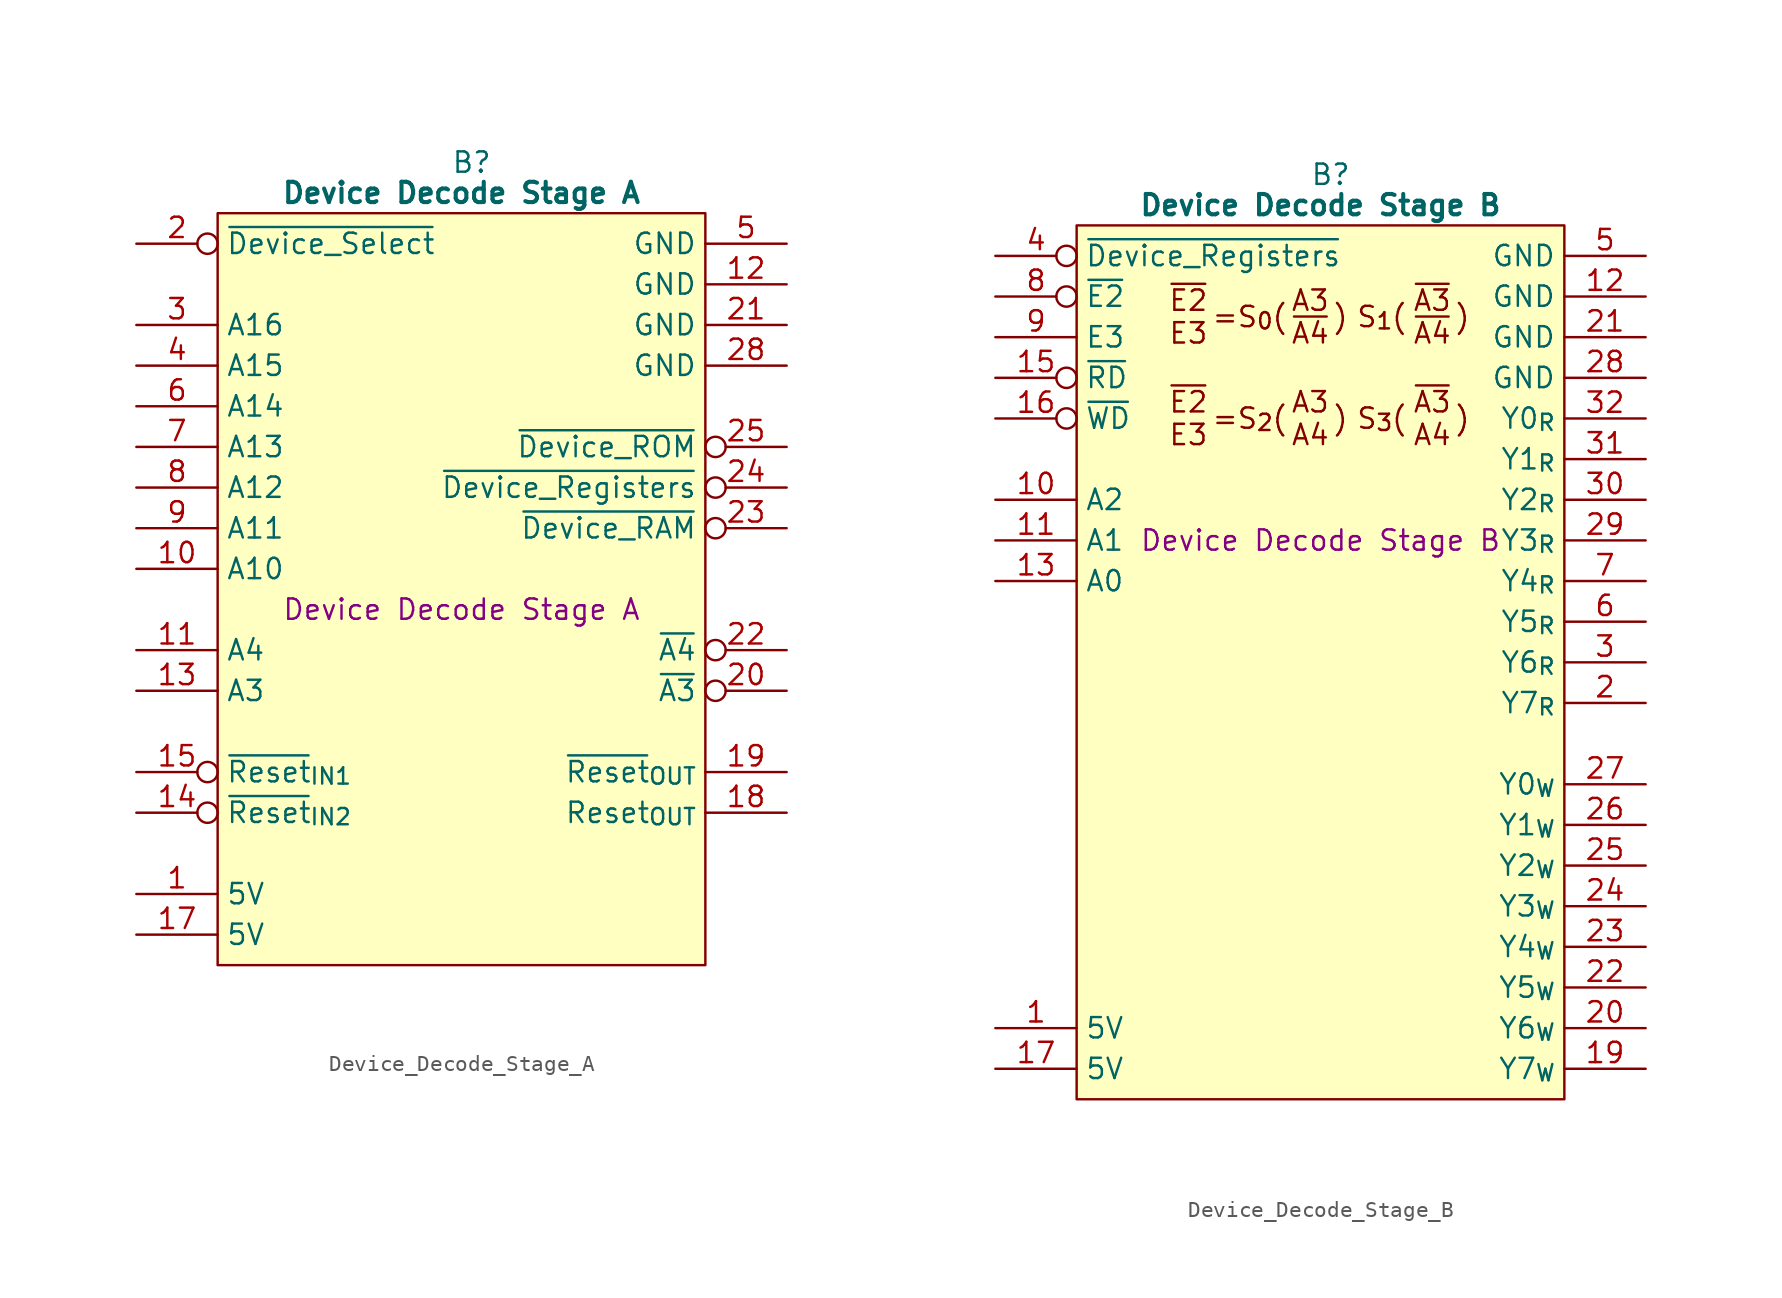
<source format=kicad_sym>
(kicad_symbol_lib
  (version 20241209)
  (generator "kicad_symbol_editor")
  (generator_version "9.0")
  (symbol "Device_Decode_Stage_A"
    (property "Reference" "B"
      (at 15.875 5.08 0)
      (effects (font (size 1.27 1.27))))
    (property "Value" "Device Decode Stage A"
      (at 15.24 3.175 0)
      (effects (font (size 1.27 1.27) (bold yes))))
    (property "Description" "Device Decode Stage A"
      (at 15.24 -22.86 0)
      (effects (font (size 1.27 1.27))))
    (symbol "Device_Decode_Stage_A_0_1"
      (polyline (pts (xy 0 1.905) (xy 30.48 1.905) (xy 30.48 -45.085) (xy 0 -45.085) (xy 0 1.905)) (stroke (width 0.152) (type default)) (fill (type background))))
    (symbol "Device_Decode_Stage_A_1_0"
      (pin passive line (at 35.56 -7.62 180) (length 5.08) (name "GND" (effects (font (size 1.27 1.27)))) (number "28" (effects (font (size 1.27 1.27)))))
      (pin output inverted (at 35.56 -27.94 180) (length 5.08) (name "~{A3}" (effects (font (size 1.27 1.27)))) (number "20" (effects (font (size 1.27 1.27)))))
      (pin output line (at 35.56 -33.02 180) (length 5.08) (name "~{Reset}_{OUT}" (effects (font (size 1.27 1.27)))) (number "19" (effects (font (size 1.27 1.27)))))
      (pin output line (at 35.56 -35.56 180) (length 5.08) (name "Reset_{OUT}" (effects (font (size 1.27 1.27)))) (number "18" (effects (font (size 1.27 1.27))))))
    (symbol "Device_Decode_Stage_A_1_1"
      (pin input inverted (at -5.08 0 0) (length 5.08) (name "~{Device_Select}" (effects (font (size 1.27 1.27)))) (number "2" (effects (font (size 1.27 1.27)))))
      (pin input line (at -5.08 -5.08 0) (length 5.08) (name "A16" (effects (font (size 1.27 1.27)))) (number "3" (effects (font (size 1.27 1.27)))))
      (pin input line (at -5.08 -7.62 0) (length 5.08) (name "A15" (effects (font (size 1.27 1.27)))) (number "4" (effects (font (size 1.27 1.27)))))
      (pin input line (at -5.08 -10.16 0) (length 5.08) (name "A14" (effects (font (size 1.27 1.27)))) (number "6" (effects (font (size 1.27 1.27)))))
      (pin input line (at -5.08 -12.7 0) (length 5.08) (name "A13" (effects (font (size 1.27 1.27)))) (number "7" (effects (font (size 1.27 1.27)))))
      (pin input line (at -5.08 -15.24 0) (length 5.08) (name "A12" (effects (font (size 1.27 1.27)))) (number "8" (effects (font (size 1.27 1.27)))))
      (pin input line (at -5.08 -17.78 0) (length 5.08) (name "A11" (effects (font (size 1.27 1.27)))) (number "9" (effects (font (size 1.27 1.27)))))
      (pin input line (at -5.08 -20.32 0) (length 5.08) (name "A10" (effects (font (size 1.27 1.27)))) (number "10" (effects (font (size 1.27 1.27)))))
      (pin input line (at -5.08 -25.4 0) (length 5.08) (name "A4" (effects (font (size 1.27 1.27)))) (number "11" (effects (font (size 1.27 1.27)))))
      (pin input line (at -5.08 -27.94 0) (length 5.08) (name "A3" (effects (font (size 1.27 1.27)))) (number "13" (effects (font (size 1.27 1.27)))))
      (pin no_connect inverted (at -5.08 -30.48 0) (length 5.08) (hide yes) (name "N.C." (effects (font (size 1.27 1.27)))) (number "26" (effects (font (size 1.27 1.27)))))
      (pin input inverted (at -5.08 -33.02 0) (length 5.08) (name "~{Reset}_{IN1}" (effects (font (size 1.27 1.27)))) (number "15" (effects (font (size 1.27 1.27)))))
      (pin input inverted (at -5.08 -35.56 0) (length 5.08) (name "~{Reset}_{IN2}" (effects (font (size 1.27 1.27)))) (number "14" (effects (font (size 1.27 1.27)))))
      (pin passive line (at -5.08 -40.64 0) (length 5.08) (name "5V" (effects (font (size 1.27 1.27)))) (number "1" (effects (font (size 1.27 1.27)))))
      (pin passive line (at -5.08 -43.18 0) (length 5.08) (name "5V" (effects (font (size 1.27 1.27)))) (number "17" (effects (font (size 1.27 1.27)))))
      (pin passive line (at 35.56 0 180) (length 5.08) (name "GND" (effects (font (size 1.27 1.27)))) (number "5" (effects (font (size 1.27 1.27)))))
      (pin passive line (at 35.56 -2.54 180) (length 5.08) (name "GND" (effects (font (size 1.27 1.27)))) (number "12" (effects (font (size 1.27 1.27)))))
      (pin passive line (at 35.56 -5.08 180) (length 5.08) (name "GND" (effects (font (size 1.27 1.27)))) (number "21" (effects (font (size 1.27 1.27)))))
      (pin no_connect inverted (at 35.56 -10.16 180) (length 5.08) (hide yes) (name "N.C." (effects (font (size 1.27 1.27)))) (number "16" (effects (font (size 1.27 1.27)))))
      (pin output inverted (at 35.56 -12.7 180) (length 5.08) (name "~{Device_ROM}" (effects (font (size 1.27 1.27)))) (number "25" (effects (font (size 1.27 1.27)))))
      (pin output inverted (at 35.56 -15.24 180) (length 5.08) (name "~{Device_Registers}" (effects (font (size 1.27 1.27)))) (number "24" (effects (font (size 1.27 1.27)))))
      (pin output inverted (at 35.56 -17.78 180) (length 5.08) (name "~{Device_RAM}" (effects (font (size 1.27 1.27)))) (number "23" (effects (font (size 1.27 1.27)))))
      (pin no_connect inverted (at 35.56 -20.32 180) (length 5.08) (hide yes) (name "N.C." (effects (font (size 1.27 1.27)))) (number "29" (effects (font (size 1.27 1.27)))))
      (pin output inverted (at 35.56 -25.4 180) (length 5.08) (name "~{A4}" (effects (font (size 1.27 1.27)))) (number "22" (effects (font (size 1.27 1.27)))))
      (pin no_connect inverted (at 35.56 -30.48 180) (length 5.08) (hide yes) (name "N.C." (effects (font (size 1.27 1.27)))) (number "27" (effects (font (size 1.27 1.27)))))
      (pin no_connect inverted (at 35.56 -38.1 180) (length 5.08) (hide yes) (name "N.C." (effects (font (size 1.27 1.27)))) (number "31" (effects (font (size 1.27 1.27)))))
      (pin no_connect inverted (at 35.56 -40.64 180) (length 5.08) (hide yes) (name "N.C." (effects (font (size 1.27 1.27)))) (number "30" (effects (font (size 1.27 1.27)))))
      (pin no_connect inverted (at 35.56 -43.18 180) (length 5.08) (hide yes) (name "N.C." (effects (font (size 1.27 1.27)))) (number "32" (effects (font (size 1.27 1.27)))))))
  (symbol "Device_Decode_Stage_B"
    (property "Reference" "B"
      (at 15.875 5.08 0)
      (effects (font (size 1.27 1.27))))
    (property "Value" "Device Decode Stage B"
      (at 15.24 3.175 0)
      (effects (font (size 1.27 1.27) (bold yes))))
    (property "Description" "Device Decode Stage B"
      (at 15.24 -17.78 0)
      (effects (font (size 1.27 1.27))))
    (symbol "Device_Decode_Stage_B_0_1"
      (polyline (pts (xy 0 1.905) (xy 30.48 1.905) (xy 30.48 -52.705) (xy 0 -52.705) (xy 0 1.905)) (stroke (width 0.152) (type default)) (fill (type background))))
    (symbol "Device_Decode_Stage_B_1_1"
      (text "~{E2}\nE3" (at 6.985 -3.81 0) (effects (font (size 1.27 1.27))))
      (text "~{E2}\nE3" (at 6.985 -10.16 0) (effects (font (size 1.27 1.27))))
      (text "=S_{0}(" (at 10.795 -3.81 0) (effects (font (size 1.27 1.27))))
      (text "=S_{2}(" (at 10.795 -10.16 0) (effects (font (size 1.27 1.27))))
      (text "A3\n~{A4}" (at 14.605 -3.81 0) (effects (font (size 1.27 1.27))))
      (text "A3\nA4" (at 14.605 -10.16 0) (effects (font (size 1.27 1.27))))
      (text ")" (at 16.51 -3.81 0) (effects (font (size 1.27 1.27))))
      (text ")" (at 16.51 -10.16 0) (effects (font (size 1.27 1.27))))
      (text "S_{1}(" (at 19.05 -3.81 0) (effects (font (size 1.27 1.27))))
      (text "S_{3}(" (at 19.05 -10.16 0) (effects (font (size 1.27 1.27))))
      (text "~{A3}\n~{A4}" (at 22.225 -3.81 0) (effects (font (size 1.27 1.27))))
      (text "~{A3}\nA4" (at 22.225 -10.16 0) (effects (font (size 1.27 1.27))))
      (text ")" (at 24.13 -3.81 0) (effects (font (size 1.27 1.27))))
      (text ")" (at 24.13 -10.16 0) (effects (font (size 1.27 1.27))))
      (pin input inverted (at -5.08 0 0) (length 5.08) (name "~{Device_Registers}" (effects (font (size 1.27 1.27)))) (number "4" (effects (font (size 1.27 1.27)))))
      (pin input inverted (at -5.08 -2.54 0) (length 5.08) (name "~{E2}" (effects (font (size 1.27 1.27)))) (number "8" (effects (font (size 1.27 1.27)))))
      (pin input line (at -5.08 -5.08 0) (length 5.08) (name "E3" (effects (font (size 1.27 1.27)))) (number "9" (effects (font (size 1.27 1.27)))))
      (pin input inverted (at -5.08 -7.62 0) (length 5.08) (name "~{RD}" (effects (font (size 1.27 1.27)))) (number "15" (effects (font (size 1.27 1.27)))))
      (pin input inverted (at -5.08 -10.16 0) (length 5.08) (name "~{WD}" (effects (font (size 1.27 1.27)))) (number "16" (effects (font (size 1.27 1.27)))))
      (pin input line (at -5.08 -15.24 0) (length 5.08) (name "A2" (effects (font (size 1.27 1.27)))) (number "10" (effects (font (size 1.27 1.27)))))
      (pin input line (at -5.08 -17.78 0) (length 5.08) (name "A1" (effects (font (size 1.27 1.27)))) (number "11" (effects (font (size 1.27 1.27)))))
      (pin input line (at -5.08 -20.32 0) (length 5.08) (name "A0" (effects (font (size 1.27 1.27)))) (number "13" (effects (font (size 1.27 1.27)))))
      (pin no_connect line (at -5.08 -43.18 0) (length 5.08) (hide yes) (name "N.C." (effects (font (size 1.27 1.27)))) (number "14" (effects (font (size 1.27 1.27)))))
      (pin no_connect line (at -5.08 -45.72 0) (length 5.08) (hide yes) (name "N.C." (effects (font (size 1.27 1.27)))) (number "18" (effects (font (size 1.27 1.27)))))
      (pin passive line (at -5.08 -48.26 0) (length 5.08) (name "5V" (effects (font (size 1.27 1.27)))) (number "1" (effects (font (size 1.27 1.27)))))
      (pin passive line (at -5.08 -50.8 0) (length 5.08) (name "5V" (effects (font (size 1.27 1.27)))) (number "17" (effects (font (size 1.27 1.27)))))
      (pin passive line (at 35.56 0 180) (length 5.08) (name "GND" (effects (font (size 1.27 1.27)))) (number "5" (effects (font (size 1.27 1.27)))))
      (pin passive line (at 35.56 -2.54 180) (length 5.08) (name "GND" (effects (font (size 1.27 1.27)))) (number "12" (effects (font (size 1.27 1.27)))))
      (pin passive line (at 35.56 -5.08 180) (length 5.08) (name "GND" (effects (font (size 1.27 1.27)))) (number "21" (effects (font (size 1.27 1.27)))))
      (pin passive line (at 35.56 -7.62 180) (length 5.08) (name "GND" (effects (font (size 1.27 1.27)))) (number "28" (effects (font (size 1.27 1.27)))))
      (pin output line (at 35.56 -10.16 180) (length 5.08) (name "Y0_{R}" (effects (font (size 1.27 1.27)))) (number "32" (effects (font (size 1.27 1.27)))))
      (pin output line (at 35.56 -12.7 180) (length 5.08) (name "Y1_{R}" (effects (font (size 1.27 1.27)))) (number "31" (effects (font (size 1.27 1.27)))))
      (pin output line (at 35.56 -15.24 180) (length 5.08) (name "Y2_{R}" (effects (font (size 1.27 1.27)))) (number "30" (effects (font (size 1.27 1.27)))))
      (pin output line (at 35.56 -17.78 180) (length 5.08) (name "Y3_{R}" (effects (font (size 1.27 1.27)))) (number "29" (effects (font (size 1.27 1.27)))))
      (pin output line (at 35.56 -20.32 180) (length 5.08) (name "Y4_{R}" (effects (font (size 1.27 1.27)))) (number "7" (effects (font (size 1.27 1.27)))))
      (pin output line (at 35.56 -22.86 180) (length 5.08) (name "Y5_{R}" (effects (font (size 1.27 1.27)))) (number "6" (effects (font (size 1.27 1.27)))))
      (pin output line (at 35.56 -25.4 180) (length 5.08) (name "Y6_{R}" (effects (font (size 1.27 1.27)))) (number "3" (effects (font (size 1.27 1.27)))))
      (pin output line (at 35.56 -27.94 180) (length 5.08) (name "Y7_{R}" (effects (font (size 1.27 1.27)))) (number "2" (effects (font (size 1.27 1.27)))))
      (pin output line (at 35.56 -33.02 180) (length 5.08) (name "Y0_{W}" (effects (font (size 1.27 1.27)))) (number "27" (effects (font (size 1.27 1.27)))))
      (pin output line (at 35.56 -35.56 180) (length 5.08) (name "Y1_{W}" (effects (font (size 1.27 1.27)))) (number "26" (effects (font (size 1.27 1.27)))))
      (pin output line (at 35.56 -38.1 180) (length 5.08) (name "Y2_{W}" (effects (font (size 1.27 1.27)))) (number "25" (effects (font (size 1.27 1.27)))))
      (pin output line (at 35.56 -40.64 180) (length 5.08) (name "Y3_{W}" (effects (font (size 1.27 1.27)))) (number "24" (effects (font (size 1.27 1.27)))))
      (pin output line (at 35.56 -43.18 180) (length 5.08) (name "Y4_{W}" (effects (font (size 1.27 1.27)))) (number "23" (effects (font (size 1.27 1.27)))))
      (pin output line (at 35.56 -45.72 180) (length 5.08) (name "Y5_{W}" (effects (font (size 1.27 1.27)))) (number "22" (effects (font (size 1.27 1.27)))))
      (pin output line (at 35.56 -48.26 180) (length 5.08) (name "Y6_{W}" (effects (font (size 1.27 1.27)))) (number "20" (effects (font (size 1.27 1.27)))))
      (pin output line (at 35.56 -50.8 180) (length 5.08) (name "Y7_{W}" (effects (font (size 1.27 1.27)))) (number "19" (effects (font (size 1.27 1.27))))))))
</source>
